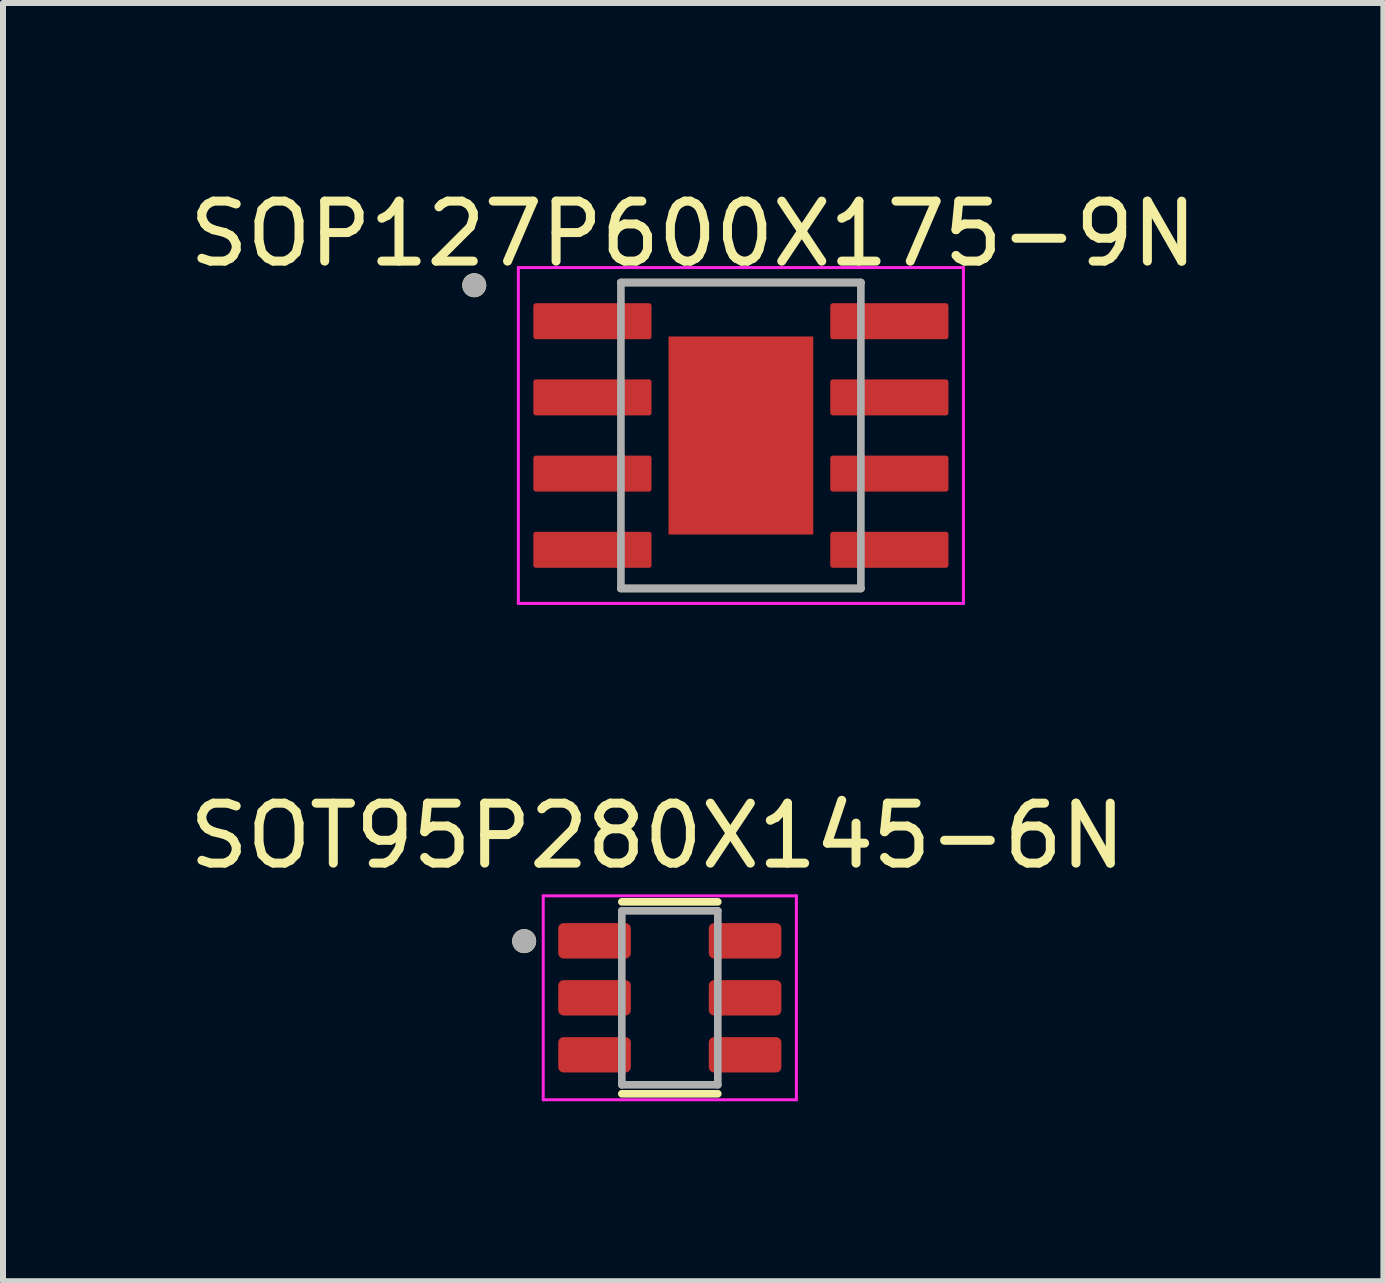
<source format=kicad_pcb>
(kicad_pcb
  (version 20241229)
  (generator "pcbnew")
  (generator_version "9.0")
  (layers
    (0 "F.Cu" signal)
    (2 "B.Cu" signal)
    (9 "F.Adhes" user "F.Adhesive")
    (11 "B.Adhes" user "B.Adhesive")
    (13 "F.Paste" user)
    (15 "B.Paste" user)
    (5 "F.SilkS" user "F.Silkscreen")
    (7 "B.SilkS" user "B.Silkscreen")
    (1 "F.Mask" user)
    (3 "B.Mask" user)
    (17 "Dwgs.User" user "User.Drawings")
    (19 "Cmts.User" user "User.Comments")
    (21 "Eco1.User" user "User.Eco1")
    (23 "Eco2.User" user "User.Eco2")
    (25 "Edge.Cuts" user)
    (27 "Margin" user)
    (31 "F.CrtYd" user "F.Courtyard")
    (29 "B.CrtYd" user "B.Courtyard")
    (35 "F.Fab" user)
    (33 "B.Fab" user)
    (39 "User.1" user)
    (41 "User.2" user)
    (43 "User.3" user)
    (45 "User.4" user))
  (footprint "SOT95P280X145-6N"
    (layer "F.Cu")
    (at 8.116 13.584)
    (property "Reference" "SOT95P280X145-6N" (at -0.205 -2.7 0) (layer "F.SilkS") (effects (font (size 1 1) (thickness 0.15))))
    (attr through_hole)
    (fp_line (start -0.8 -1.6) (end 0.8 -1.6) (stroke (width 0.127) (type solid)) (layer "F.SilkS"))
    (fp_line (start -0.8 1.6) (end 0.8 1.6) (stroke (width 0.127) (type solid)) (layer "F.SilkS"))
    (fp_circle (center -2.428 -0.945) (end -2.328 -0.945) (stroke (width 0.2) (type solid)) (fill no) (layer "F.SilkS"))
    (fp_line (start -2.11 -1.7) (end -2.11 1.7) (stroke (width 0.05) (type solid)) (layer "F.CrtYd"))
    (fp_line (start -2.11 1.7) (end 2.11 1.7) (stroke (width 0.05) (type solid)) (layer "F.CrtYd"))
    (fp_line (start 2.11 -1.7) (end -2.11 -1.7) (stroke (width 0.05) (type solid)) (layer "F.CrtYd"))
    (fp_line (start 2.11 1.7) (end 2.11 -1.7) (stroke (width 0.05) (type solid)) (layer "F.CrtYd"))
    (fp_line (start -0.8 -1.45) (end 0.8 -1.45) (stroke (width 0.127) (type solid)) (layer "F.Fab"))
    (fp_line (start -0.8 1.45) (end -0.8 -1.45) (stroke (width 0.127) (type solid)) (layer "F.Fab"))
    (fp_line (start 0.8 -1.45) (end 0.8 1.45) (stroke (width 0.127) (type solid)) (layer "F.Fab"))
    (fp_line (start 0.8 1.45) (end -0.8 1.45) (stroke (width 0.127) (type solid)) (layer "F.Fab"))
    (fp_circle (center -2.428 -0.945) (end -2.328 -0.945) (stroke (width 0.2) (type solid)) (fill no) (layer "F.Fab"))
    (pad "1" smd roundrect (at -1.255 -0.95) (size 1.21 0.59) (layers "F.Cu" "F.Mask" "F.Paste") (roundrect_rratio 0.15))
    (pad "2" smd roundrect (at -1.255 0) (size 1.21 0.59) (layers "F.Cu" "F.Mask" "F.Paste") (roundrect_rratio 0.15))
    (pad "3" smd roundrect (at -1.255 0.95) (size 1.21 0.59) (layers "F.Cu" "F.Mask" "F.Paste") (roundrect_rratio 0.15))
    (pad "4" smd roundrect (at 1.255 0.95) (size 1.21 0.59) (layers "F.Cu" "F.Mask" "F.Paste") (roundrect_rratio 0.15))
    (pad "5" smd roundrect (at 1.255 0) (size 1.21 0.59) (layers "F.Cu" "F.Mask" "F.Paste") (roundrect_rratio 0.15))
    (pad "6" smd roundrect (at 1.255 -0.95) (size 1.21 0.59) (layers "F.Cu" "F.Mask" "F.Paste") (roundrect_rratio 0.15)))
  (footprint "SOP127P600X175-9N"
    (layer "F.Cu")
    (at 9.301 4.21)
    (property "Reference" "SOP127P600X175-9N" (at -0.795 -3.362 0) (layer "F.SilkS") (effects (font (size 1 1) (thickness 0.15))))
    (attr through_hole)
    (fp_line (start -2 -2.55) (end 2 -2.55) (stroke (width 0.127) (type solid)) (layer "F.SilkS"))
    (fp_line (start -2 2.55) (end 2 2.55) (stroke (width 0.127) (type solid)) (layer "F.SilkS"))
    (fp_circle (center -4.445 -2.505) (end -4.345 -2.505) (stroke (width 0.2) (type solid)) (fill no) (layer "F.SilkS"))
    (fp_poly (pts (xy -0.645 -0.82) (xy 0.645 -0.82) (xy 0.645 0.82) (xy -0.645 0.82)) (stroke (width 0.01) (type solid)) (fill yes) (layer "F.Paste"))
    (fp_line (start -3.71 -2.8) (end -3.71 2.8) (stroke (width 0.05) (type solid)) (layer "F.CrtYd"))
    (fp_line (start -3.71 -2.8) (end 3.71 -2.8) (stroke (width 0.05) (type solid)) (layer "F.CrtYd"))
    (fp_line (start -3.71 2.8) (end 3.71 2.8) (stroke (width 0.05) (type solid)) (layer "F.CrtYd"))
    (fp_line (start 3.71 -2.8) (end 3.71 2.8) (stroke (width 0.05) (type solid)) (layer "F.CrtYd"))
    (fp_line (start -2 -2.55) (end -2 2.55) (stroke (width 0.127) (type solid)) (layer "F.Fab"))
    (fp_line (start -2 -2.55) (end 2 -2.55) (stroke (width 0.127) (type solid)) (layer "F.Fab"))
    (fp_line (start -2 2.55) (end 2 2.55) (stroke (width 0.127) (type solid)) (layer "F.Fab"))
    (fp_line (start 2 -2.55) (end 2 2.55) (stroke (width 0.127) (type solid)) (layer "F.Fab"))
    (fp_circle (center -4.445 -2.505) (end -4.345 -2.505) (stroke (width 0.2) (type solid)) (fill no) (layer "F.Fab"))
    (pad "1" smd roundrect (at -2.475 -1.905) (size 1.97 0.6) (layers "F.Cu" "F.Mask" "F.Paste") (roundrect_rratio 0.07))
    (pad "2" smd roundrect (at -2.475 -0.635) (size 1.97 0.6) (layers "F.Cu" "F.Mask" "F.Paste") (roundrect_rratio 0.07))
    (pad "3" smd roundrect (at -2.475 0.635) (size 1.97 0.6) (layers "F.Cu" "F.Mask" "F.Paste") (roundrect_rratio 0.07))
    (pad "4" smd roundrect (at -2.475 1.905) (size 1.97 0.6) (layers "F.Cu" "F.Mask" "F.Paste") (roundrect_rratio 0.07))
    (pad "5" smd roundrect (at 2.475 1.905) (size 1.97 0.6) (layers "F.Cu" "F.Mask" "F.Paste") (roundrect_rratio 0.07))
    (pad "6" smd roundrect (at 2.475 0.635) (size 1.97 0.6) (layers "F.Cu" "F.Mask" "F.Paste") (roundrect_rratio 0.07))
    (pad "7" smd roundrect (at 2.475 -0.635) (size 1.97 0.6) (layers "F.Cu" "F.Mask" "F.Paste") (roundrect_rratio 0.07))
    (pad "8" smd roundrect (at 2.475 -1.905) (size 1.97 0.6) (layers "F.Cu" "F.Mask" "F.Paste") (roundrect_rratio 0.07))
    (pad "9" smd rect (at 0 0) (size 2.413 3.302) (layers "F.Cu" "F.Mask")))
  (gr_rect
    (start -3 -3)
    (end 20.012 18.308)
    (stroke (width 0.1) (type default))
    (fill no)
    (layer "Edge.Cuts")))
</source>
